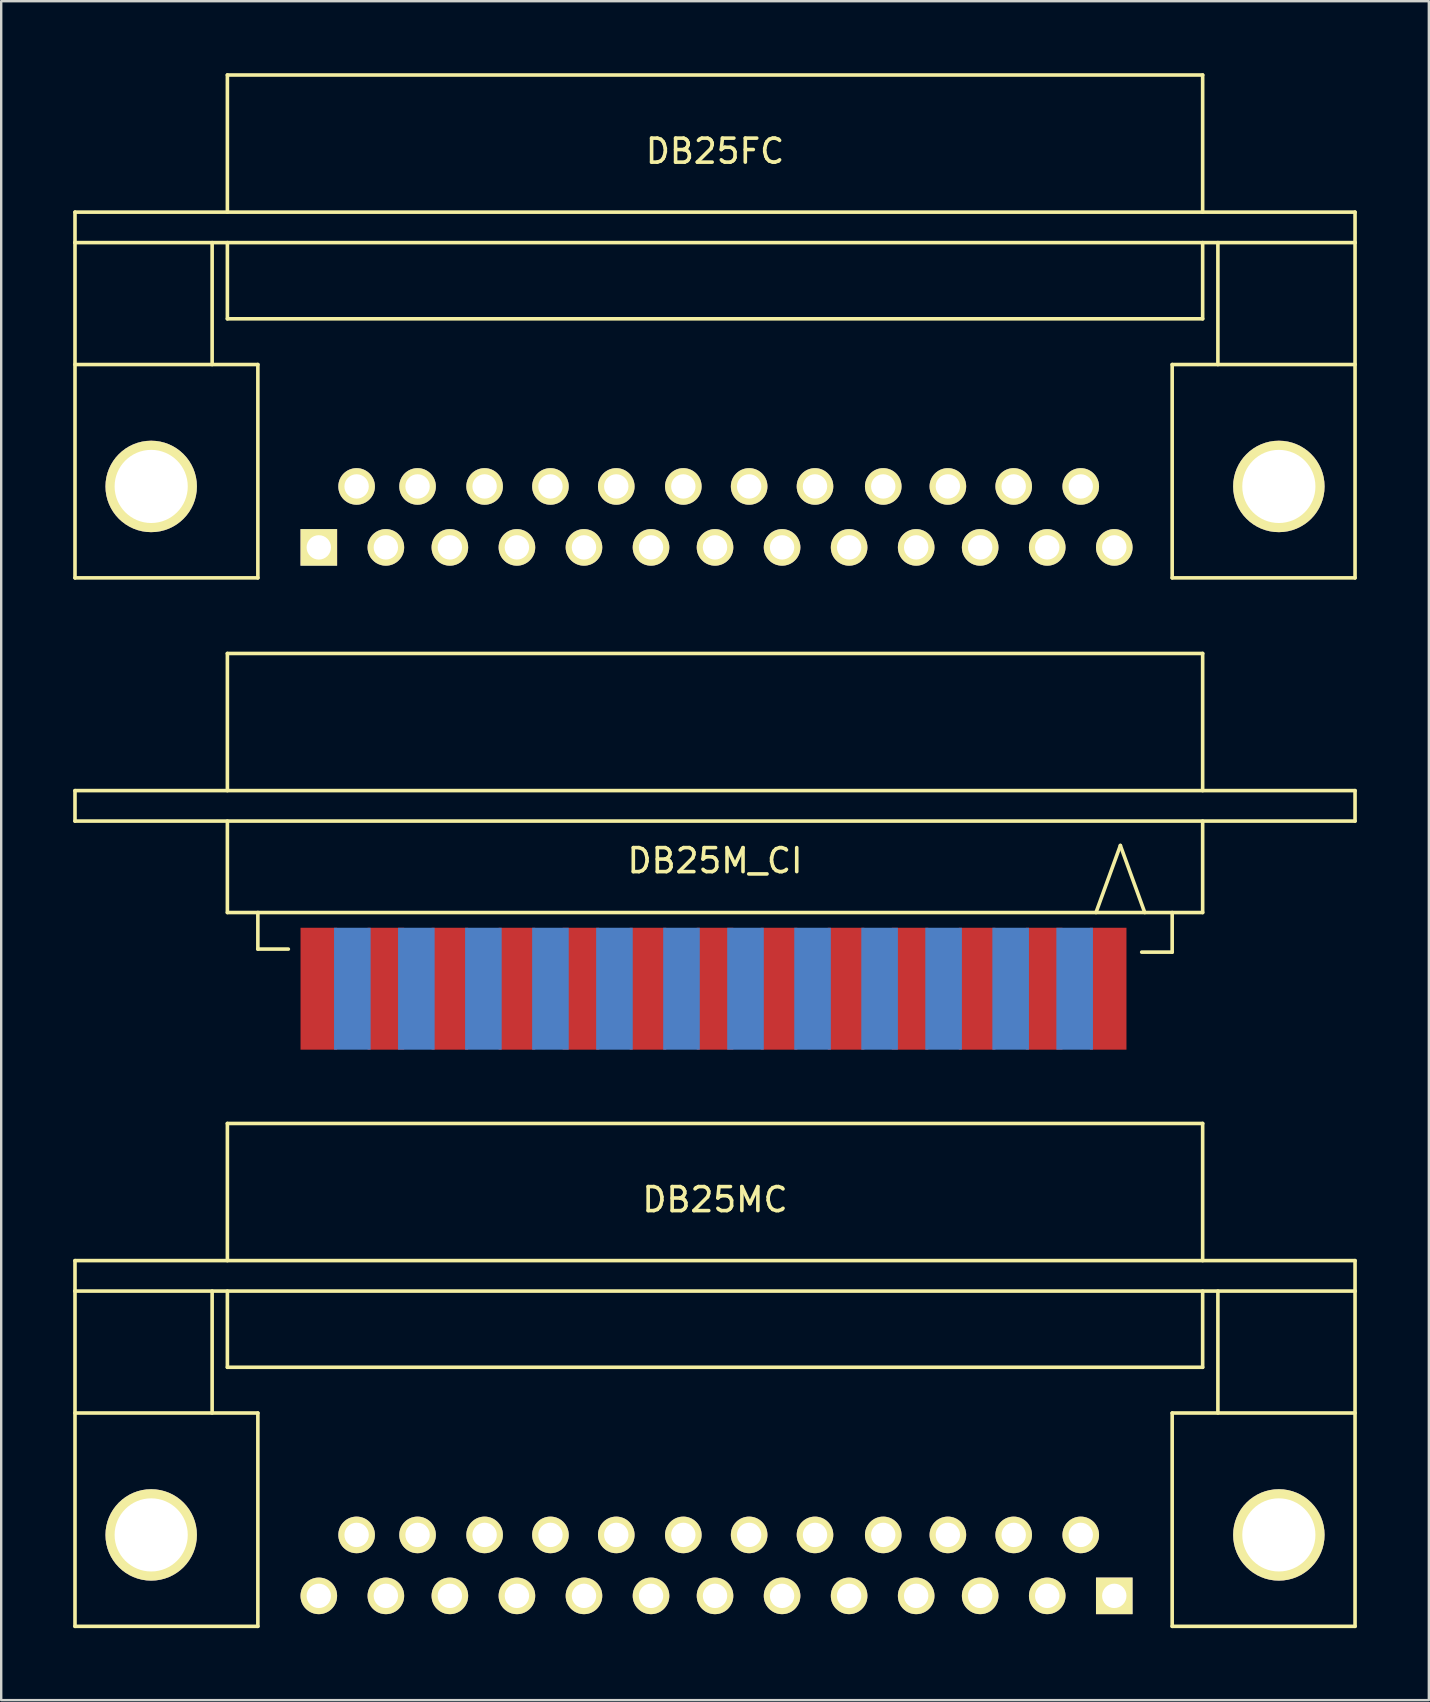
<source format=kicad_pcb>
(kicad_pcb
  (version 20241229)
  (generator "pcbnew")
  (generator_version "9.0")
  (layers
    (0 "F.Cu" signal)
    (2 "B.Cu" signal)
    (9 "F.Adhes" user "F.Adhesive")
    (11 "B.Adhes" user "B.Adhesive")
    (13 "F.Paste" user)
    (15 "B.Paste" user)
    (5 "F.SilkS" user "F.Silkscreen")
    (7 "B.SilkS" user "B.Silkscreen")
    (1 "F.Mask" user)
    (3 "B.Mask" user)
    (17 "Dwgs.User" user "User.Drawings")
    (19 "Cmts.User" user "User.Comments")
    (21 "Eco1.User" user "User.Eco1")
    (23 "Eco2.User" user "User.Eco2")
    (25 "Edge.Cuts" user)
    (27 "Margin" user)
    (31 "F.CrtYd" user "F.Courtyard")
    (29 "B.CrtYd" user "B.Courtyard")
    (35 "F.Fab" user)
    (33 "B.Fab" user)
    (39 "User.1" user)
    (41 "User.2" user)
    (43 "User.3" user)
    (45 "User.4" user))
  (footprint "DB25MC"
    (layer "F.Cu")
    (at 26.745 62.18)
    (property "Reference" "DB25MC" (at 0 -15.24 0) (layer "F.SilkS") (effects (font (size 1 1) (thickness 0.15))))
    (attr through_hole)
    (fp_line (start -26.67 -12.7) (end -26.67 -11.43) (stroke (width 0.15) (type solid)) (layer "F.SilkS"))
    (fp_line (start -26.67 -11.43) (end 26.67 -11.43) (stroke (width 0.15) (type solid)) (layer "F.SilkS"))
    (fp_line (start -26.67 -6.35) (end -19.05 -6.35) (stroke (width 0.15) (type solid)) (layer "F.SilkS"))
    (fp_line (start -26.67 2.54) (end -26.67 -11.43) (stroke (width 0.15) (type solid)) (layer "F.SilkS"))
    (fp_line (start -26.67 2.54) (end -19.05 2.54) (stroke (width 0.15) (type solid)) (layer "F.SilkS"))
    (fp_line (start -20.955 -11.43) (end -20.955 -6.35) (stroke (width 0.15) (type solid)) (layer "F.SilkS"))
    (fp_line (start -20.32 -18.415) (end -20.32 -12.7) (stroke (width 0.15) (type solid)) (layer "F.SilkS"))
    (fp_line (start -20.32 -18.415) (end 20.32 -18.415) (stroke (width 0.15) (type solid)) (layer "F.SilkS"))
    (fp_line (start -20.32 -8.255) (end -20.32 -11.43) (stroke (width 0.15) (type solid)) (layer "F.SilkS"))
    (fp_line (start -20.32 -8.255) (end 20.32 -8.255) (stroke (width 0.15) (type solid)) (layer "F.SilkS"))
    (fp_line (start -19.05 -6.35) (end -19.05 2.54) (stroke (width 0.15) (type solid)) (layer "F.SilkS"))
    (fp_line (start 19.05 -6.35) (end 19.05 2.54) (stroke (width 0.15) (type solid)) (layer "F.SilkS"))
    (fp_line (start 19.05 2.54) (end 26.67 2.54) (stroke (width 0.15) (type solid)) (layer "F.SilkS"))
    (fp_line (start 20.32 -18.415) (end 20.32 -12.7) (stroke (width 0.15) (type solid)) (layer "F.SilkS"))
    (fp_line (start 20.32 -8.255) (end 20.32 -11.43) (stroke (width 0.15) (type solid)) (layer "F.SilkS"))
    (fp_line (start 20.955 -11.43) (end 20.955 -6.35) (stroke (width 0.15) (type solid)) (layer "F.SilkS"))
    (fp_line (start 26.67 -12.7) (end -26.67 -12.7) (stroke (width 0.15) (type solid)) (layer "F.SilkS"))
    (fp_line (start 26.67 -11.43) (end 26.67 -12.7) (stroke (width 0.15) (type solid)) (layer "F.SilkS"))
    (fp_line (start 26.67 -11.43) (end 26.67 2.54) (stroke (width 0.15) (type solid)) (layer "F.SilkS"))
    (fp_line (start 26.67 -6.35) (end 19.05 -6.35) (stroke (width 0.15) (type solid)) (layer "F.SilkS"))
    (pad "" thru_hole circle (at -23.495 -1.27) (size 3.81 3.81) (drill 3.048) (layers "*.Cu" "*.Mask" "F.SilkS"))
    (pad "" thru_hole circle (at 23.495 -1.27) (size 3.81 3.81) (drill 3.048) (layers "*.Cu" "*.Mask" "F.SilkS"))
    (pad "1" thru_hole rect (at 16.637 1.27) (size 1.524 1.524) (drill 1.016) (layers "*.Cu" "*.Mask" "F.SilkS"))
    (pad "2" thru_hole circle (at 13.843 1.27) (size 1.524 1.524) (drill 1.016) (layers "*.Cu" "*.Mask" "F.SilkS"))
    (pad "3" thru_hole circle (at 11.049 1.27) (size 1.524 1.524) (drill 1.016) (layers "*.Cu" "*.Mask" "F.SilkS"))
    (pad "4" thru_hole circle (at 8.382 1.27) (size 1.524 1.524) (drill 1.016) (layers "*.Cu" "*.Mask" "F.SilkS"))
    (pad "5" thru_hole circle (at 5.588 1.27) (size 1.524 1.524) (drill 1.016) (layers "*.Cu" "*.Mask" "F.SilkS"))
    (pad "6" thru_hole circle (at 2.794 1.27) (size 1.524 1.524) (drill 1.016) (layers "*.Cu" "*.Mask" "F.SilkS"))
    (pad "7" thru_hole circle (at 0 1.27) (size 1.524 1.524) (drill 1.016) (layers "*.Cu" "*.Mask" "F.SilkS"))
    (pad "8" thru_hole circle (at -2.667 1.27) (size 1.524 1.524) (drill 1.016) (layers "*.Cu" "*.Mask" "F.SilkS"))
    (pad "9" thru_hole circle (at -5.461 1.27) (size 1.524 1.524) (drill 1.016) (layers "*.Cu" "*.Mask" "F.SilkS"))
    (pad "10" thru_hole circle (at -8.255 1.27) (size 1.524 1.524) (drill 1.016) (layers "*.Cu" "*.Mask" "F.SilkS"))
    (pad "11" thru_hole circle (at -11.049 1.27) (size 1.524 1.524) (drill 1.016) (layers "*.Cu" "*.Mask" "F.SilkS"))
    (pad "12" thru_hole circle (at -13.716 1.27) (size 1.524 1.524) (drill 1.016) (layers "*.Cu" "*.Mask" "F.SilkS"))
    (pad "13" thru_hole circle (at -16.51 1.27) (size 1.524 1.524) (drill 1.016) (layers "*.Cu" "*.Mask" "F.SilkS"))
    (pad "14" thru_hole circle (at 15.24 -1.27) (size 1.524 1.524) (drill 1.016) (layers "*.Cu" "*.Mask" "F.SilkS"))
    (pad "15" thru_hole circle (at 12.446 -1.27) (size 1.524 1.524) (drill 1.016) (layers "*.Cu" "*.Mask" "F.SilkS"))
    (pad "16" thru_hole circle (at 9.703 -1.27) (size 1.524 1.524) (drill 1.016) (layers "*.Cu" "*.Mask" "F.SilkS"))
    (pad "17" thru_hole circle (at 7.01 -1.27) (size 1.524 1.524) (drill 1.016) (layers "*.Cu" "*.Mask" "F.SilkS"))
    (pad "18" thru_hole circle (at 4.166 -1.27) (size 1.524 1.524) (drill 1.016) (layers "*.Cu" "*.Mask" "F.SilkS"))
    (pad "19" thru_hole circle (at 1.422 -1.27) (size 1.524 1.524) (drill 1.016) (layers "*.Cu" "*.Mask" "F.SilkS"))
    (pad "20" thru_hole circle (at -1.321 -1.27) (size 1.524 1.524) (drill 1.016) (layers "*.Cu" "*.Mask" "F.SilkS"))
    (pad "21" thru_hole circle (at -4.115 -1.27) (size 1.524 1.524) (drill 1.016) (layers "*.Cu" "*.Mask" "F.SilkS"))
    (pad "22" thru_hole circle (at -6.858 -1.27) (size 1.524 1.524) (drill 1.016) (layers "*.Cu" "*.Mask" "F.SilkS"))
    (pad "23" thru_hole circle (at -9.601 -1.27) (size 1.524 1.524) (drill 1.016) (layers "*.Cu" "*.Mask" "F.SilkS"))
    (pad "24" thru_hole circle (at -12.395 -1.27) (size 1.524 1.524) (drill 1.016) (layers "*.Cu" "*.Mask" "F.SilkS"))
    (pad "25" thru_hole circle (at -14.935 -1.27) (size 1.524 1.524) (drill 1.016) (layers "*.Cu" "*.Mask" "F.SilkS")))
  (footprint "DB25M_CI"
    (layer "F.Cu")
    (at 26.745 35.483)
    (property "Reference" "DB25M_CI" (at 0 -2.667 180) (layer "F.SilkS") (effects (font (size 1 1) (thickness 0.15))))
    (attr through_hole)
    (fp_line (start -26.67 -5.588) (end -26.67 -4.318) (stroke (width 0.15) (type solid)) (layer "F.SilkS"))
    (fp_line (start -26.67 -4.318) (end 26.67 -4.318) (stroke (width 0.15) (type solid)) (layer "F.SilkS"))
    (fp_line (start -20.32 -11.303) (end 20.32 -11.303) (stroke (width 0.15) (type solid)) (layer "F.SilkS"))
    (fp_line (start -20.32 -5.588) (end -20.32 -11.303) (stroke (width 0.15) (type solid)) (layer "F.SilkS"))
    (fp_line (start -20.32 -0.508) (end -20.32 -4.318) (stroke (width 0.15) (type solid)) (layer "F.SilkS"))
    (fp_line (start -19.05 -0.508) (end -19.05 1.016) (stroke (width 0.15) (type solid)) (layer "F.SilkS"))
    (fp_line (start -19.05 1.016) (end -17.78 1.016) (stroke (width 0.15) (type solid)) (layer "F.SilkS"))
    (fp_line (start 15.875 -0.508) (end 16.891 -3.302) (stroke (width 0.15) (type solid)) (layer "F.SilkS"))
    (fp_line (start 16.891 -3.302) (end 17.907 -0.508) (stroke (width 0.15) (type solid)) (layer "F.SilkS"))
    (fp_line (start 19.05 -0.508) (end 19.05 1.143) (stroke (width 0.15) (type solid)) (layer "F.SilkS"))
    (fp_line (start 19.05 1.143) (end 17.78 1.143) (stroke (width 0.15) (type solid)) (layer "F.SilkS"))
    (fp_line (start 20.32 -11.303) (end 20.32 -5.588) (stroke (width 0.15) (type solid)) (layer "F.SilkS"))
    (fp_line (start 20.32 -4.318) (end 20.32 -0.508) (stroke (width 0.15) (type solid)) (layer "F.SilkS"))
    (fp_line (start 20.32 -0.508) (end -20.32 -0.508) (stroke (width 0.15) (type solid)) (layer "F.SilkS"))
    (fp_line (start 26.67 -5.588) (end -26.67 -5.588) (stroke (width 0.15) (type solid)) (layer "F.SilkS"))
    (fp_line (start 26.67 -5.588) (end 26.67 -4.318) (stroke (width 0.15) (type solid)) (layer "F.SilkS"))
    (pad "1" connect rect (at 16.383 2.667 90) (size 5.08 1.524) (layers "F.Cu" "F.Mask"))
    (pad "2" connect rect (at 13.716 2.667 90) (size 5.08 1.524) (layers "F.Cu" "F.Mask"))
    (pad "3" connect rect (at 10.922 2.667 90) (size 5.08 1.524) (layers "F.Cu" "F.Mask"))
    (pad "4" connect rect (at 8.128 2.667 90) (size 5.08 1.524) (layers "F.Cu" "F.Mask"))
    (pad "5" connect rect (at 5.461 2.667 90) (size 5.08 1.524) (layers "F.Cu" "F.Mask"))
    (pad "6" connect rect (at 2.667 2.667 90) (size 5.08 1.524) (layers "F.Cu" "F.Mask"))
    (pad "7" connect rect (at 0 2.667 90) (size 5.08 1.524) (layers "F.Cu" "F.Mask"))
    (pad "8" connect rect (at -2.794 2.667 90) (size 5.08 1.524) (layers "F.Cu" "F.Mask"))
    (pad "9" connect rect (at -5.588 2.667 90) (size 5.08 1.524) (layers "F.Cu" "F.Mask"))
    (pad "10" connect rect (at -8.255 2.667 90) (size 5.08 1.524) (layers "F.Cu" "F.Mask"))
    (pad "11" connect rect (at -11.049 2.667 90) (size 5.08 1.524) (layers "F.Cu" "F.Mask"))
    (pad "12" connect rect (at -13.716 2.667 90) (size 5.08 1.524) (layers "F.Cu" "F.Mask"))
    (pad "13" connect rect (at -16.51 2.667 90) (size 5.08 1.524) (layers "F.Cu" "F.Mask"))
    (pad "14" connect rect (at 14.986 2.667 90) (size 5.08 1.524) (layers "B.Cu" "B.Mask"))
    (pad "15" connect rect (at 12.319 2.667 90) (size 5.08 1.524) (layers "B.Cu" "B.Mask"))
    (pad "16" connect rect (at 9.525 2.667 90) (size 5.08 1.524) (layers "B.Cu" "B.Mask"))
    (pad "17" connect rect (at 6.858 2.667 90) (size 5.08 1.524) (layers "B.Cu" "B.Mask"))
    (pad "18" connect rect (at 4.064 2.667 90) (size 5.08 1.524) (layers "B.Cu" "B.Mask"))
    (pad "19" connect rect (at 1.27 2.667 90) (size 5.08 1.524) (layers "B.Cu" "B.Mask"))
    (pad "20" connect rect (at -1.397 2.667 90) (size 5.08 1.524) (layers "B.Cu" "B.Mask"))
    (pad "21" connect rect (at -4.191 2.667 90) (size 5.08 1.524) (layers "B.Cu" "B.Mask"))
    (pad "22" connect rect (at -6.858 2.667 90) (size 5.08 1.524) (layers "B.Cu" "B.Mask"))
    (pad "23" connect rect (at -9.652 2.667 90) (size 5.08 1.524) (layers "B.Cu" "B.Mask"))
    (pad "24" connect rect (at -12.446 2.667 90) (size 5.08 1.524) (layers "B.Cu" "B.Mask"))
    (pad "25" connect rect (at -15.113 2.667 90) (size 5.08 1.524) (layers "B.Cu" "B.Mask")))
  (footprint "DB25FC"
    (layer "F.Cu")
    (at 26.745 18.49)
    (property "Reference" "DB25FC" (at 0 -15.24 0) (layer "F.SilkS") (effects (font (size 1 1) (thickness 0.15))))
    (attr through_hole)
    (fp_line (start -26.67 -12.7) (end -26.67 -11.43) (stroke (width 0.15) (type solid)) (layer "F.SilkS"))
    (fp_line (start -26.67 -11.43) (end 26.67 -11.43) (stroke (width 0.15) (type solid)) (layer "F.SilkS"))
    (fp_line (start -26.67 -6.35) (end -19.05 -6.35) (stroke (width 0.15) (type solid)) (layer "F.SilkS"))
    (fp_line (start -26.67 2.54) (end -26.67 -11.43) (stroke (width 0.15) (type solid)) (layer "F.SilkS"))
    (fp_line (start -26.67 2.54) (end -19.05 2.54) (stroke (width 0.15) (type solid)) (layer "F.SilkS"))
    (fp_line (start -20.955 -11.43) (end -20.955 -6.35) (stroke (width 0.15) (type solid)) (layer "F.SilkS"))
    (fp_line (start -20.32 -18.415) (end -20.32 -12.7) (stroke (width 0.15) (type solid)) (layer "F.SilkS"))
    (fp_line (start -20.32 -18.415) (end 20.32 -18.415) (stroke (width 0.15) (type solid)) (layer "F.SilkS"))
    (fp_line (start -20.32 -8.255) (end -20.32 -11.43) (stroke (width 0.15) (type solid)) (layer "F.SilkS"))
    (fp_line (start -20.32 -8.255) (end 20.32 -8.255) (stroke (width 0.15) (type solid)) (layer "F.SilkS"))
    (fp_line (start -19.05 -6.35) (end -19.05 2.54) (stroke (width 0.15) (type solid)) (layer "F.SilkS"))
    (fp_line (start 19.05 -6.35) (end 19.05 2.54) (stroke (width 0.15) (type solid)) (layer "F.SilkS"))
    (fp_line (start 19.05 2.54) (end 26.67 2.54) (stroke (width 0.15) (type solid)) (layer "F.SilkS"))
    (fp_line (start 20.32 -18.415) (end 20.32 -12.7) (stroke (width 0.15) (type solid)) (layer "F.SilkS"))
    (fp_line (start 20.32 -8.255) (end 20.32 -11.43) (stroke (width 0.15) (type solid)) (layer "F.SilkS"))
    (fp_line (start 20.955 -11.43) (end 20.955 -6.35) (stroke (width 0.15) (type solid)) (layer "F.SilkS"))
    (fp_line (start 26.67 -12.7) (end -26.67 -12.7) (stroke (width 0.15) (type solid)) (layer "F.SilkS"))
    (fp_line (start 26.67 -11.43) (end 26.67 -12.7) (stroke (width 0.15) (type solid)) (layer "F.SilkS"))
    (fp_line (start 26.67 -11.43) (end 26.67 2.54) (stroke (width 0.15) (type solid)) (layer "F.SilkS"))
    (fp_line (start 26.67 -6.35) (end 19.05 -6.35) (stroke (width 0.15) (type solid)) (layer "F.SilkS"))
    (pad "" thru_hole circle (at -23.495 -1.27) (size 3.81 3.81) (drill 3.048) (layers "*.Cu" "*.Mask" "F.SilkS"))
    (pad "" thru_hole circle (at 23.495 -1.27) (size 3.81 3.81) (drill 3.048) (layers "*.Cu" "*.Mask" "F.SilkS"))
    (pad "1" thru_hole rect (at -16.51 1.27) (size 1.524 1.524) (drill 1.016) (layers "*.Cu" "*.Mask" "F.SilkS"))
    (pad "2" thru_hole circle (at -13.716 1.27) (size 1.524 1.524) (drill 1.016) (layers "*.Cu" "*.Mask" "F.SilkS"))
    (pad "3" thru_hole circle (at -11.049 1.27) (size 1.524 1.524) (drill 1.016) (layers "*.Cu" "*.Mask" "F.SilkS"))
    (pad "4" thru_hole circle (at -8.255 1.27) (size 1.524 1.524) (drill 1.016) (layers "*.Cu" "*.Mask" "F.SilkS"))
    (pad "5" thru_hole circle (at -5.461 1.27) (size 1.524 1.524) (drill 1.016) (layers "*.Cu" "*.Mask" "F.SilkS"))
    (pad "6" thru_hole circle (at -2.667 1.27) (size 1.524 1.524) (drill 1.016) (layers "*.Cu" "*.Mask" "F.SilkS"))
    (pad "7" thru_hole circle (at 0 1.27) (size 1.524 1.524) (drill 1.016) (layers "*.Cu" "*.Mask" "F.SilkS"))
    (pad "8" thru_hole circle (at 2.794 1.27) (size 1.524 1.524) (drill 1.016) (layers "*.Cu" "*.Mask" "F.SilkS"))
    (pad "9" thru_hole circle (at 5.588 1.27) (size 1.524 1.524) (drill 1.016) (layers "*.Cu" "*.Mask" "F.SilkS"))
    (pad "10" thru_hole circle (at 8.382 1.27) (size 1.524 1.524) (drill 1.016) (layers "*.Cu" "*.Mask" "F.SilkS"))
    (pad "11" thru_hole circle (at 11.049 1.27) (size 1.524 1.524) (drill 1.016) (layers "*.Cu" "*.Mask" "F.SilkS"))
    (pad "12" thru_hole circle (at 13.843 1.27) (size 1.524 1.524) (drill 1.016) (layers "*.Cu" "*.Mask" "F.SilkS"))
    (pad "13" thru_hole circle (at 16.637 1.27) (size 1.524 1.524) (drill 1.016) (layers "*.Cu" "*.Mask" "F.SilkS"))
    (pad "14" thru_hole circle (at -14.935 -1.27) (size 1.524 1.524) (drill 1.016) (layers "*.Cu" "*.Mask" "F.SilkS"))
    (pad "15" thru_hole circle (at -12.395 -1.27) (size 1.524 1.524) (drill 1.016) (layers "*.Cu" "*.Mask" "F.SilkS"))
    (pad "16" thru_hole circle (at -9.601 -1.27) (size 1.524 1.524) (drill 1.016) (layers "*.Cu" "*.Mask" "F.SilkS"))
    (pad "17" thru_hole circle (at -6.858 -1.27) (size 1.524 1.524) (drill 1.016) (layers "*.Cu" "*.Mask" "F.SilkS"))
    (pad "18" thru_hole circle (at -4.115 -1.27) (size 1.524 1.524) (drill 1.016) (layers "*.Cu" "*.Mask" "F.SilkS"))
    (pad "19" thru_hole circle (at -1.321 -1.27) (size 1.524 1.524) (drill 1.016) (layers "*.Cu" "*.Mask" "F.SilkS"))
    (pad "20" thru_hole circle (at 1.422 -1.27) (size 1.524 1.524) (drill 1.016) (layers "*.Cu" "*.Mask" "F.SilkS"))
    (pad "21" thru_hole circle (at 4.166 -1.27) (size 1.524 1.524) (drill 1.016) (layers "*.Cu" "*.Mask" "F.SilkS"))
    (pad "22" thru_hole circle (at 7.01 -1.27) (size 1.524 1.524) (drill 1.016) (layers "*.Cu" "*.Mask" "F.SilkS"))
    (pad "23" thru_hole circle (at 9.703 -1.27) (size 1.524 1.524) (drill 1.016) (layers "*.Cu" "*.Mask" "F.SilkS"))
    (pad "24" thru_hole circle (at 12.446 -1.27) (size 1.524 1.524) (drill 1.016) (layers "*.Cu" "*.Mask" "F.SilkS"))
    (pad "25" thru_hole circle (at 15.24 -1.27) (size 1.524 1.524) (drill 1.016) (layers "*.Cu" "*.Mask" "F.SilkS")))
  (gr_rect
    (start -3 -3)
    (end 56.49 67.795)
    (stroke (width 0.1) (type default))
    (fill no)
    (layer "Edge.Cuts")))
</source>
